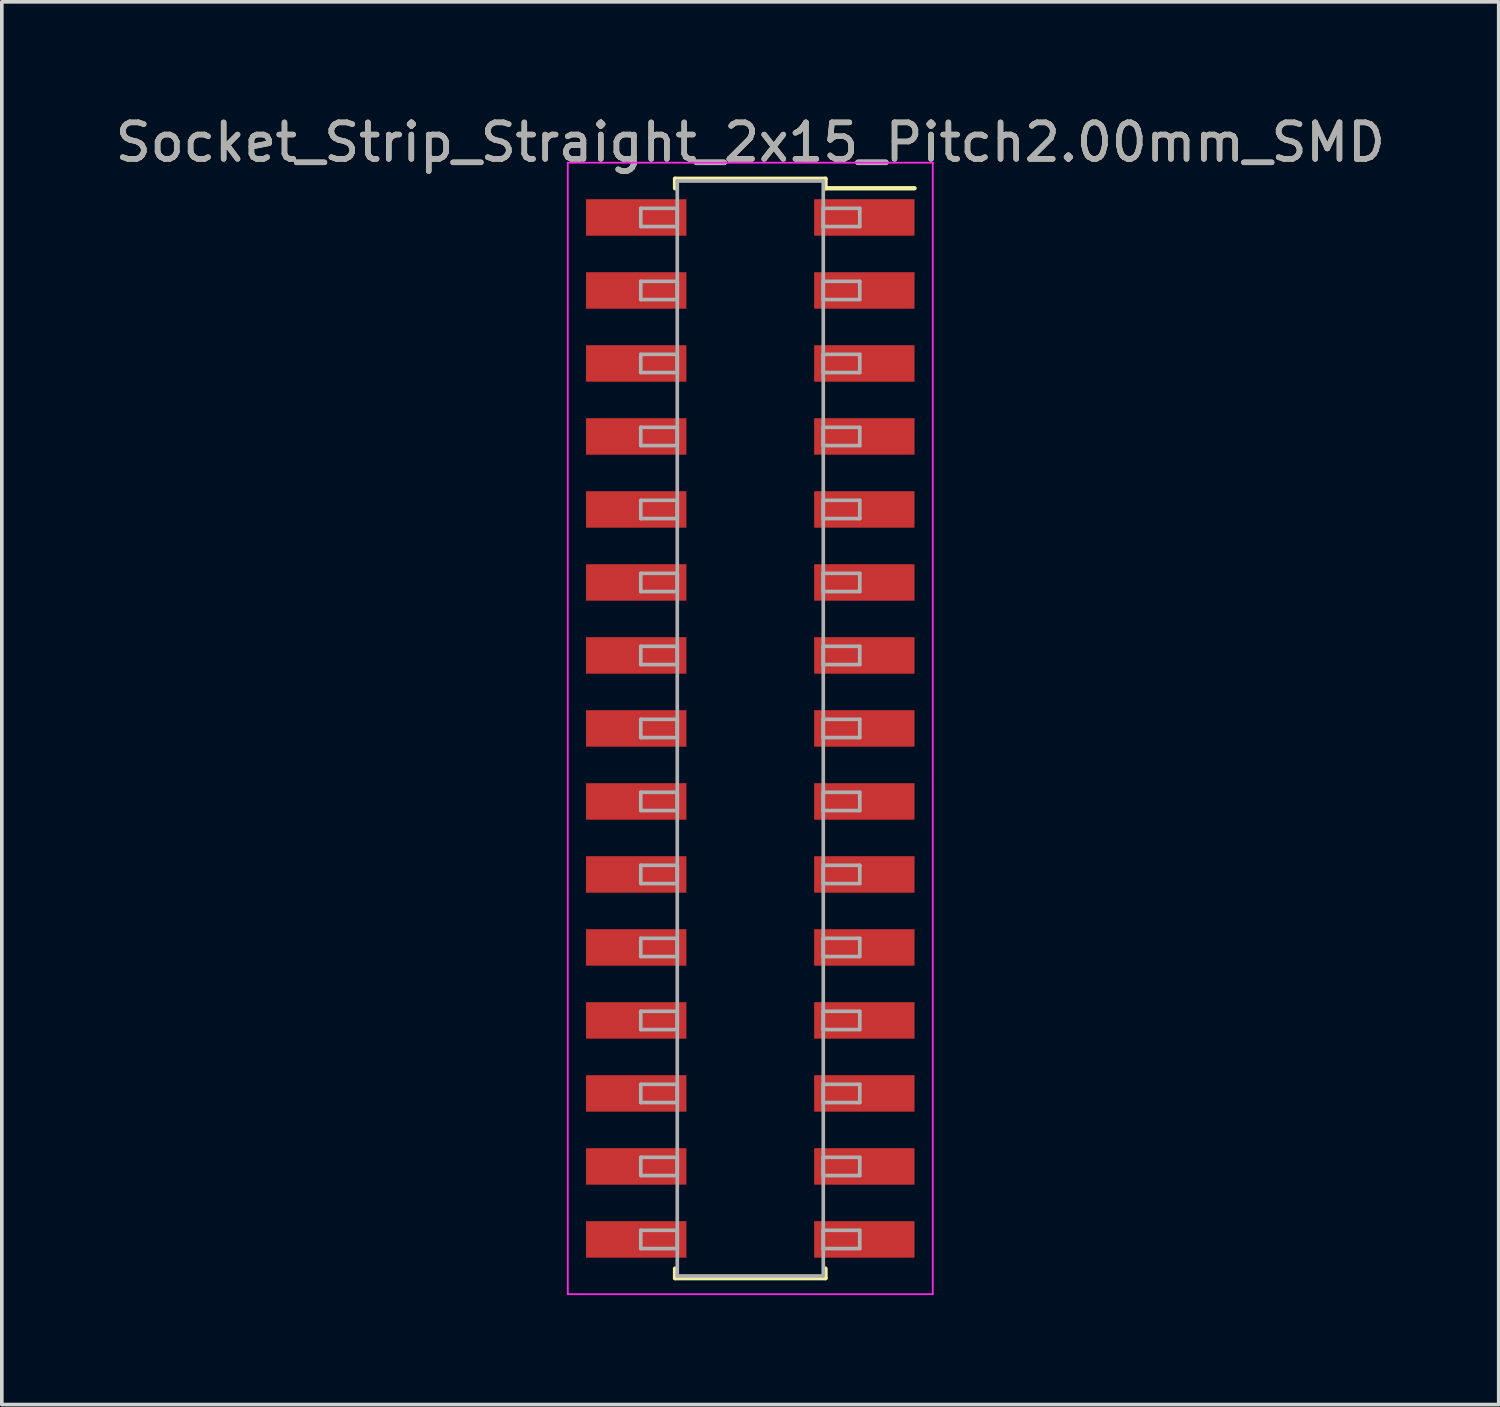
<source format=kicad_pcb>
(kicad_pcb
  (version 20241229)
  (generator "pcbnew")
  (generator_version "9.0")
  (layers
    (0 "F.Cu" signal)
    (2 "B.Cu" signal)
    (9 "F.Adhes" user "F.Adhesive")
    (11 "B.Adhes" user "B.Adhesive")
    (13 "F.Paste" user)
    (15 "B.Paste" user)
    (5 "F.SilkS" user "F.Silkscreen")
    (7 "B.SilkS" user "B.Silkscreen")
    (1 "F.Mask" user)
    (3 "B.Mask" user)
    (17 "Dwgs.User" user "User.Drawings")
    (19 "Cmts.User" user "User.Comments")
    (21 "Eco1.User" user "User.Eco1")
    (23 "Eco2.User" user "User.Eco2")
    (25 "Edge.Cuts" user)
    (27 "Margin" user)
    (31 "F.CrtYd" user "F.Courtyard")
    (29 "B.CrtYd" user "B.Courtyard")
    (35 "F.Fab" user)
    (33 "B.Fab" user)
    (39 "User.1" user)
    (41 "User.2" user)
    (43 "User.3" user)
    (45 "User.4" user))
  (footprint "Socket_Strip_Straight_2x15_Pitch2.00mm_SMD"
    (layer "F.Cu")
    (at 17.506 16.908)
    (property "Reference" "Socket_Strip_Straight_2x15_Pitch2.00mm_SMD" (at 0 -16.06 0) (layer "F.SilkS") (effects (font (size 1 1) (thickness 0.15))))
    (attr smd)
    (fp_line (start -2.06 -15.06) (end 2.06 -15.06) (stroke (width 0.12) (type solid)) (layer "F.SilkS"))
    (fp_line (start -2.06 -14.8) (end -2.06 -15.06) (stroke (width 0.12) (type solid)) (layer "F.SilkS"))
    (fp_line (start -2.06 14.8) (end -2.06 15.06) (stroke (width 0.12) (type solid)) (layer "F.SilkS"))
    (fp_line (start -2.06 15.06) (end 2.06 15.06) (stroke (width 0.12) (type solid)) (layer "F.SilkS"))
    (fp_line (start 2.06 -15.06) (end 2.06 -14.8) (stroke (width 0.12) (type solid)) (layer "F.SilkS"))
    (fp_line (start 2.06 15.06) (end 2.06 14.8) (stroke (width 0.12) (type solid)) (layer "F.SilkS"))
    (fp_line (start 4.5 -14.8) (end 2.06 -14.8) (stroke (width 0.12) (type solid)) (layer "F.SilkS"))
    (fp_line (start -5 -15.5) (end -5 15.5) (stroke (width 0.05) (type solid)) (layer "F.CrtYd"))
    (fp_line (start -5 15.5) (end 5 15.5) (stroke (width 0.05) (type solid)) (layer "F.CrtYd"))
    (fp_line (start 5 -15.5) (end -5 -15.5) (stroke (width 0.05) (type solid)) (layer "F.CrtYd"))
    (fp_line (start 5 15.5) (end 5 -15.5) (stroke (width 0.05) (type solid)) (layer "F.CrtYd"))
    (fp_line (start -3 -14.25) (end -2 -14.25) (stroke (width 0.1) (type solid)) (layer "F.Fab"))
    (fp_line (start -3 -13.75) (end -3 -14.25) (stroke (width 0.1) (type solid)) (layer "F.Fab"))
    (fp_line (start -3 -12.25) (end -2 -12.25) (stroke (width 0.1) (type solid)) (layer "F.Fab"))
    (fp_line (start -3 -11.75) (end -3 -12.25) (stroke (width 0.1) (type solid)) (layer "F.Fab"))
    (fp_line (start -3 -10.25) (end -2 -10.25) (stroke (width 0.1) (type solid)) (layer "F.Fab"))
    (fp_line (start -3 -9.75) (end -3 -10.25) (stroke (width 0.1) (type solid)) (layer "F.Fab"))
    (fp_line (start -3 -8.25) (end -2 -8.25) (stroke (width 0.1) (type solid)) (layer "F.Fab"))
    (fp_line (start -3 -7.75) (end -3 -8.25) (stroke (width 0.1) (type solid)) (layer "F.Fab"))
    (fp_line (start -3 -6.25) (end -2 -6.25) (stroke (width 0.1) (type solid)) (layer "F.Fab"))
    (fp_line (start -3 -5.75) (end -3 -6.25) (stroke (width 0.1) (type solid)) (layer "F.Fab"))
    (fp_line (start -3 -4.25) (end -2 -4.25) (stroke (width 0.1) (type solid)) (layer "F.Fab"))
    (fp_line (start -3 -3.75) (end -3 -4.25) (stroke (width 0.1) (type solid)) (layer "F.Fab"))
    (fp_line (start -3 -2.25) (end -2 -2.25) (stroke (width 0.1) (type solid)) (layer "F.Fab"))
    (fp_line (start -3 -1.75) (end -3 -2.25) (stroke (width 0.1) (type solid)) (layer "F.Fab"))
    (fp_line (start -3 -0.25) (end -2 -0.25) (stroke (width 0.1) (type solid)) (layer "F.Fab"))
    (fp_line (start -3 0.25) (end -3 -0.25) (stroke (width 0.1) (type solid)) (layer "F.Fab"))
    (fp_line (start -3 1.75) (end -2 1.75) (stroke (width 0.1) (type solid)) (layer "F.Fab"))
    (fp_line (start -3 2.25) (end -3 1.75) (stroke (width 0.1) (type solid)) (layer "F.Fab"))
    (fp_line (start -3 3.75) (end -2 3.75) (stroke (width 0.1) (type solid)) (layer "F.Fab"))
    (fp_line (start -3 4.25) (end -3 3.75) (stroke (width 0.1) (type solid)) (layer "F.Fab"))
    (fp_line (start -3 5.75) (end -2 5.75) (stroke (width 0.1) (type solid)) (layer "F.Fab"))
    (fp_line (start -3 6.25) (end -3 5.75) (stroke (width 0.1) (type solid)) (layer "F.Fab"))
    (fp_line (start -3 7.75) (end -2 7.75) (stroke (width 0.1) (type solid)) (layer "F.Fab"))
    (fp_line (start -3 8.25) (end -3 7.75) (stroke (width 0.1) (type solid)) (layer "F.Fab"))
    (fp_line (start -3 9.75) (end -2 9.75) (stroke (width 0.1) (type solid)) (layer "F.Fab"))
    (fp_line (start -3 10.25) (end -3 9.75) (stroke (width 0.1) (type solid)) (layer "F.Fab"))
    (fp_line (start -3 11.75) (end -2 11.75) (stroke (width 0.1) (type solid)) (layer "F.Fab"))
    (fp_line (start -3 12.25) (end -3 11.75) (stroke (width 0.1) (type solid)) (layer "F.Fab"))
    (fp_line (start -3 13.75) (end -2 13.75) (stroke (width 0.1) (type solid)) (layer "F.Fab"))
    (fp_line (start -3 14.25) (end -3 13.75) (stroke (width 0.1) (type solid)) (layer "F.Fab"))
    (fp_line (start -2 -15) (end -2 15) (stroke (width 0.1) (type solid)) (layer "F.Fab"))
    (fp_line (start -2 -14.25) (end -2 -13.75) (stroke (width 0.1) (type solid)) (layer "F.Fab"))
    (fp_line (start -2 -13.75) (end -3 -13.75) (stroke (width 0.1) (type solid)) (layer "F.Fab"))
    (fp_line (start -2 -12.25) (end -2 -11.75) (stroke (width 0.1) (type solid)) (layer "F.Fab"))
    (fp_line (start -2 -11.75) (end -3 -11.75) (stroke (width 0.1) (type solid)) (layer "F.Fab"))
    (fp_line (start -2 -10.25) (end -2 -9.75) (stroke (width 0.1) (type solid)) (layer "F.Fab"))
    (fp_line (start -2 -9.75) (end -3 -9.75) (stroke (width 0.1) (type solid)) (layer "F.Fab"))
    (fp_line (start -2 -8.25) (end -2 -7.75) (stroke (width 0.1) (type solid)) (layer "F.Fab"))
    (fp_line (start -2 -7.75) (end -3 -7.75) (stroke (width 0.1) (type solid)) (layer "F.Fab"))
    (fp_line (start -2 -6.25) (end -2 -5.75) (stroke (width 0.1) (type solid)) (layer "F.Fab"))
    (fp_line (start -2 -5.75) (end -3 -5.75) (stroke (width 0.1) (type solid)) (layer "F.Fab"))
    (fp_line (start -2 -4.25) (end -2 -3.75) (stroke (width 0.1) (type solid)) (layer "F.Fab"))
    (fp_line (start -2 -3.75) (end -3 -3.75) (stroke (width 0.1) (type solid)) (layer "F.Fab"))
    (fp_line (start -2 -2.25) (end -2 -1.75) (stroke (width 0.1) (type solid)) (layer "F.Fab"))
    (fp_line (start -2 -1.75) (end -3 -1.75) (stroke (width 0.1) (type solid)) (layer "F.Fab"))
    (fp_line (start -2 -0.25) (end -2 0.25) (stroke (width 0.1) (type solid)) (layer "F.Fab"))
    (fp_line (start -2 0.25) (end -3 0.25) (stroke (width 0.1) (type solid)) (layer "F.Fab"))
    (fp_line (start -2 1.75) (end -2 2.25) (stroke (width 0.1) (type solid)) (layer "F.Fab"))
    (fp_line (start -2 2.25) (end -3 2.25) (stroke (width 0.1) (type solid)) (layer "F.Fab"))
    (fp_line (start -2 3.75) (end -2 4.25) (stroke (width 0.1) (type solid)) (layer "F.Fab"))
    (fp_line (start -2 4.25) (end -3 4.25) (stroke (width 0.1) (type solid)) (layer "F.Fab"))
    (fp_line (start -2 5.75) (end -2 6.25) (stroke (width 0.1) (type solid)) (layer "F.Fab"))
    (fp_line (start -2 6.25) (end -3 6.25) (stroke (width 0.1) (type solid)) (layer "F.Fab"))
    (fp_line (start -2 7.75) (end -2 8.25) (stroke (width 0.1) (type solid)) (layer "F.Fab"))
    (fp_line (start -2 8.25) (end -3 8.25) (stroke (width 0.1) (type solid)) (layer "F.Fab"))
    (fp_line (start -2 9.75) (end -2 10.25) (stroke (width 0.1) (type solid)) (layer "F.Fab"))
    (fp_line (start -2 10.25) (end -3 10.25) (stroke (width 0.1) (type solid)) (layer "F.Fab"))
    (fp_line (start -2 11.75) (end -2 12.25) (stroke (width 0.1) (type solid)) (layer "F.Fab"))
    (fp_line (start -2 12.25) (end -3 12.25) (stroke (width 0.1) (type solid)) (layer "F.Fab"))
    (fp_line (start -2 13.75) (end -2 14.25) (stroke (width 0.1) (type solid)) (layer "F.Fab"))
    (fp_line (start -2 14.25) (end -3 14.25) (stroke (width 0.1) (type solid)) (layer "F.Fab"))
    (fp_line (start -2 15) (end 2 15) (stroke (width 0.1) (type solid)) (layer "F.Fab"))
    (fp_line (start 2 -15) (end -2 -15) (stroke (width 0.1) (type solid)) (layer "F.Fab"))
    (fp_line (start 2 -14.25) (end 2 -13.75) (stroke (width 0.1) (type solid)) (layer "F.Fab"))
    (fp_line (start 2 -13.75) (end 3 -13.75) (stroke (width 0.1) (type solid)) (layer "F.Fab"))
    (fp_line (start 2 -12.25) (end 2 -11.75) (stroke (width 0.1) (type solid)) (layer "F.Fab"))
    (fp_line (start 2 -11.75) (end 3 -11.75) (stroke (width 0.1) (type solid)) (layer "F.Fab"))
    (fp_line (start 2 -10.25) (end 2 -9.75) (stroke (width 0.1) (type solid)) (layer "F.Fab"))
    (fp_line (start 2 -9.75) (end 3 -9.75) (stroke (width 0.1) (type solid)) (layer "F.Fab"))
    (fp_line (start 2 -8.25) (end 2 -7.75) (stroke (width 0.1) (type solid)) (layer "F.Fab"))
    (fp_line (start 2 -7.75) (end 3 -7.75) (stroke (width 0.1) (type solid)) (layer "F.Fab"))
    (fp_line (start 2 -6.25) (end 2 -5.75) (stroke (width 0.1) (type solid)) (layer "F.Fab"))
    (fp_line (start 2 -5.75) (end 3 -5.75) (stroke (width 0.1) (type solid)) (layer "F.Fab"))
    (fp_line (start 2 -4.25) (end 2 -3.75) (stroke (width 0.1) (type solid)) (layer "F.Fab"))
    (fp_line (start 2 -3.75) (end 3 -3.75) (stroke (width 0.1) (type solid)) (layer "F.Fab"))
    (fp_line (start 2 -2.25) (end 2 -1.75) (stroke (width 0.1) (type solid)) (layer "F.Fab"))
    (fp_line (start 2 -1.75) (end 3 -1.75) (stroke (width 0.1) (type solid)) (layer "F.Fab"))
    (fp_line (start 2 -0.25) (end 2 0.25) (stroke (width 0.1) (type solid)) (layer "F.Fab"))
    (fp_line (start 2 0.25) (end 3 0.25) (stroke (width 0.1) (type solid)) (layer "F.Fab"))
    (fp_line (start 2 1.75) (end 2 2.25) (stroke (width 0.1) (type solid)) (layer "F.Fab"))
    (fp_line (start 2 2.25) (end 3 2.25) (stroke (width 0.1) (type solid)) (layer "F.Fab"))
    (fp_line (start 2 3.75) (end 2 4.25) (stroke (width 0.1) (type solid)) (layer "F.Fab"))
    (fp_line (start 2 4.25) (end 3 4.25) (stroke (width 0.1) (type solid)) (layer "F.Fab"))
    (fp_line (start 2 5.75) (end 2 6.25) (stroke (width 0.1) (type solid)) (layer "F.Fab"))
    (fp_line (start 2 6.25) (end 3 6.25) (stroke (width 0.1) (type solid)) (layer "F.Fab"))
    (fp_line (start 2 7.75) (end 2 8.25) (stroke (width 0.1) (type solid)) (layer "F.Fab"))
    (fp_line (start 2 8.25) (end 3 8.25) (stroke (width 0.1) (type solid)) (layer "F.Fab"))
    (fp_line (start 2 9.75) (end 2 10.25) (stroke (width 0.1) (type solid)) (layer "F.Fab"))
    (fp_line (start 2 10.25) (end 3 10.25) (stroke (width 0.1) (type solid)) (layer "F.Fab"))
    (fp_line (start 2 11.75) (end 2 12.25) (stroke (width 0.1) (type solid)) (layer "F.Fab"))
    (fp_line (start 2 12.25) (end 3 12.25) (stroke (width 0.1) (type solid)) (layer "F.Fab"))
    (fp_line (start 2 13.75) (end 2 14.25) (stroke (width 0.1) (type solid)) (layer "F.Fab"))
    (fp_line (start 2 14.25) (end 3 14.25) (stroke (width 0.1) (type solid)) (layer "F.Fab"))
    (fp_line (start 2 15) (end 2 -15) (stroke (width 0.1) (type solid)) (layer "F.Fab"))
    (fp_line (start 3 -14.25) (end 2 -14.25) (stroke (width 0.1) (type solid)) (layer "F.Fab"))
    (fp_line (start 3 -13.75) (end 3 -14.25) (stroke (width 0.1) (type solid)) (layer "F.Fab"))
    (fp_line (start 3 -12.25) (end 2 -12.25) (stroke (width 0.1) (type solid)) (layer "F.Fab"))
    (fp_line (start 3 -11.75) (end 3 -12.25) (stroke (width 0.1) (type solid)) (layer "F.Fab"))
    (fp_line (start 3 -10.25) (end 2 -10.25) (stroke (width 0.1) (type solid)) (layer "F.Fab"))
    (fp_line (start 3 -9.75) (end 3 -10.25) (stroke (width 0.1) (type solid)) (layer "F.Fab"))
    (fp_line (start 3 -8.25) (end 2 -8.25) (stroke (width 0.1) (type solid)) (layer "F.Fab"))
    (fp_line (start 3 -7.75) (end 3 -8.25) (stroke (width 0.1) (type solid)) (layer "F.Fab"))
    (fp_line (start 3 -6.25) (end 2 -6.25) (stroke (width 0.1) (type solid)) (layer "F.Fab"))
    (fp_line (start 3 -5.75) (end 3 -6.25) (stroke (width 0.1) (type solid)) (layer "F.Fab"))
    (fp_line (start 3 -4.25) (end 2 -4.25) (stroke (width 0.1) (type solid)) (layer "F.Fab"))
    (fp_line (start 3 -3.75) (end 3 -4.25) (stroke (width 0.1) (type solid)) (layer "F.Fab"))
    (fp_line (start 3 -2.25) (end 2 -2.25) (stroke (width 0.1) (type solid)) (layer "F.Fab"))
    (fp_line (start 3 -1.75) (end 3 -2.25) (stroke (width 0.1) (type solid)) (layer "F.Fab"))
    (fp_line (start 3 -0.25) (end 2 -0.25) (stroke (width 0.1) (type solid)) (layer "F.Fab"))
    (fp_line (start 3 0.25) (end 3 -0.25) (stroke (width 0.1) (type solid)) (layer "F.Fab"))
    (fp_line (start 3 1.75) (end 2 1.75) (stroke (width 0.1) (type solid)) (layer "F.Fab"))
    (fp_line (start 3 2.25) (end 3 1.75) (stroke (width 0.1) (type solid)) (layer "F.Fab"))
    (fp_line (start 3 3.75) (end 2 3.75) (stroke (width 0.1) (type solid)) (layer "F.Fab"))
    (fp_line (start 3 4.25) (end 3 3.75) (stroke (width 0.1) (type solid)) (layer "F.Fab"))
    (fp_line (start 3 5.75) (end 2 5.75) (stroke (width 0.1) (type solid)) (layer "F.Fab"))
    (fp_line (start 3 6.25) (end 3 5.75) (stroke (width 0.1) (type solid)) (layer "F.Fab"))
    (fp_line (start 3 7.75) (end 2 7.75) (stroke (width 0.1) (type solid)) (layer "F.Fab"))
    (fp_line (start 3 8.25) (end 3 7.75) (stroke (width 0.1) (type solid)) (layer "F.Fab"))
    (fp_line (start 3 9.75) (end 2 9.75) (stroke (width 0.1) (type solid)) (layer "F.Fab"))
    (fp_line (start 3 10.25) (end 3 9.75) (stroke (width 0.1) (type solid)) (layer "F.Fab"))
    (fp_line (start 3 11.75) (end 2 11.75) (stroke (width 0.1) (type solid)) (layer "F.Fab"))
    (fp_line (start 3 12.25) (end 3 11.75) (stroke (width 0.1) (type solid)) (layer "F.Fab"))
    (fp_line (start 3 13.75) (end 2 13.75) (stroke (width 0.1) (type solid)) (layer "F.Fab"))
    (fp_line (start 3 14.25) (end 3 13.75) (stroke (width 0.1) (type solid)) (layer "F.Fab"))
    (fp_text user "${REFERENCE}" (at 0 -16.06 0) (layer "F.Fab") (effects (font (size 1 1) (thickness 0.15))))
    (pad "1" smd rect (at 3.125 -14) (size 2.75 1) (layers "F.Cu" "F.Mask" "F.Paste"))
    (pad "2" smd rect (at -3.125 -14) (size 2.75 1) (layers "F.Cu" "F.Mask" "F.Paste"))
    (pad "3" smd rect (at 3.125 -12) (size 2.75 1) (layers "F.Cu" "F.Mask" "F.Paste"))
    (pad "4" smd rect (at -3.125 -12) (size 2.75 1) (layers "F.Cu" "F.Mask" "F.Paste"))
    (pad "5" smd rect (at 3.125 -10) (size 2.75 1) (layers "F.Cu" "F.Mask" "F.Paste"))
    (pad "6" smd rect (at -3.125 -10) (size 2.75 1) (layers "F.Cu" "F.Mask" "F.Paste"))
    (pad "7" smd rect (at 3.125 -8) (size 2.75 1) (layers "F.Cu" "F.Mask" "F.Paste"))
    (pad "8" smd rect (at -3.125 -8) (size 2.75 1) (layers "F.Cu" "F.Mask" "F.Paste"))
    (pad "9" smd rect (at 3.125 -6) (size 2.75 1) (layers "F.Cu" "F.Mask" "F.Paste"))
    (pad "10" smd rect (at -3.125 -6) (size 2.75 1) (layers "F.Cu" "F.Mask" "F.Paste"))
    (pad "11" smd rect (at 3.125 -4) (size 2.75 1) (layers "F.Cu" "F.Mask" "F.Paste"))
    (pad "12" smd rect (at -3.125 -4) (size 2.75 1) (layers "F.Cu" "F.Mask" "F.Paste"))
    (pad "13" smd rect (at 3.125 -2) (size 2.75 1) (layers "F.Cu" "F.Mask" "F.Paste"))
    (pad "14" smd rect (at -3.125 -2) (size 2.75 1) (layers "F.Cu" "F.Mask" "F.Paste"))
    (pad "15" smd rect (at 3.125 0) (size 2.75 1) (layers "F.Cu" "F.Mask" "F.Paste"))
    (pad "16" smd rect (at -3.125 0) (size 2.75 1) (layers "F.Cu" "F.Mask" "F.Paste"))
    (pad "17" smd rect (at 3.125 2) (size 2.75 1) (layers "F.Cu" "F.Mask" "F.Paste"))
    (pad "18" smd rect (at -3.125 2) (size 2.75 1) (layers "F.Cu" "F.Mask" "F.Paste"))
    (pad "19" smd rect (at 3.125 4) (size 2.75 1) (layers "F.Cu" "F.Mask" "F.Paste"))
    (pad "20" smd rect (at -3.125 4) (size 2.75 1) (layers "F.Cu" "F.Mask" "F.Paste"))
    (pad "21" smd rect (at 3.125 6) (size 2.75 1) (layers "F.Cu" "F.Mask" "F.Paste"))
    (pad "22" smd rect (at -3.125 6) (size 2.75 1) (layers "F.Cu" "F.Mask" "F.Paste"))
    (pad "23" smd rect (at 3.125 8) (size 2.75 1) (layers "F.Cu" "F.Mask" "F.Paste"))
    (pad "24" smd rect (at -3.125 8) (size 2.75 1) (layers "F.Cu" "F.Mask" "F.Paste"))
    (pad "25" smd rect (at 3.125 10) (size 2.75 1) (layers "F.Cu" "F.Mask" "F.Paste"))
    (pad "26" smd rect (at -3.125 10) (size 2.75 1) (layers "F.Cu" "F.Mask" "F.Paste"))
    (pad "27" smd rect (at 3.125 12) (size 2.75 1) (layers "F.Cu" "F.Mask" "F.Paste"))
    (pad "28" smd rect (at -3.125 12) (size 2.75 1) (layers "F.Cu" "F.Mask" "F.Paste"))
    (pad "29" smd rect (at 3.125 14) (size 2.75 1) (layers "F.Cu" "F.Mask" "F.Paste"))
    (pad "30" smd rect (at -3.125 14) (size 2.75 1) (layers "F.Cu" "F.Mask" "F.Paste")))
  (gr_rect
    (start -3 -3)
    (end 38.012 35.433)
    (stroke (width 0.1) (type default))
    (fill no)
    (layer "Edge.Cuts")))
</source>
